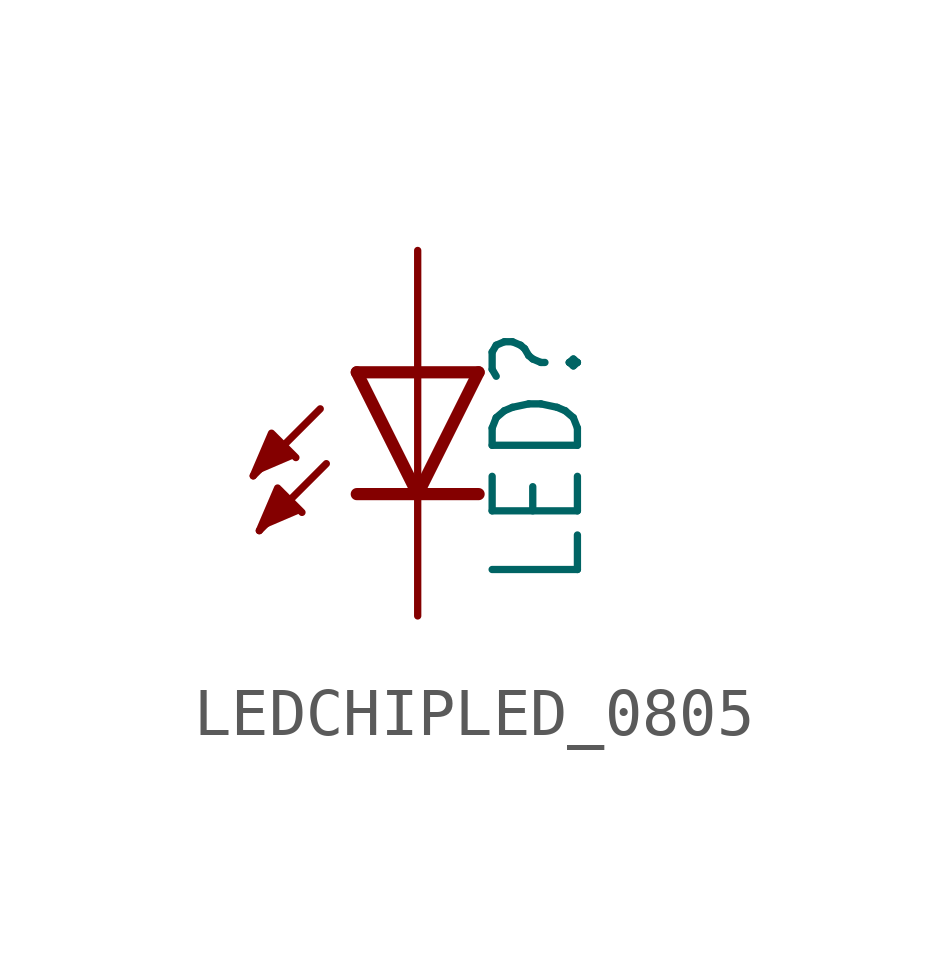
<source format=kicad_sym>
(kicad_symbol_lib
  (version 20231120)
  (generator "kicad_symbol_editor")
  (generator_version "8.0")
  (symbol "LEDCHIPLED_0805"
    (property "Reference" "LED"
      (at 3.556 -4.572 90)
      (effects (font (size 1.778 1.511)) (justify left bottom)))
    (property "Value" ""
      (at 5.715 -4.572 90)
      (effects (font (size 1.778 1.511)) (justify left bottom)))
    (property "ki_locked" ""
      (at 0 0 0)
      (effects (font (size 1.27 1.27))))
    (symbol "LEDCHIPLED_0805_1_0"
      (polyline (pts (xy -2.032 -0.762) (xy -3.429 -2.159)) (stroke (width 0.152) (type solid)) (fill (type none)))
      (polyline (pts (xy -1.905 -1.905) (xy -3.302 -3.302)) (stroke (width 0.152) (type solid)) (fill (type none)))
      (polyline (pts (xy 0 -2.54) (xy -1.27 -2.54)) (stroke (width 0.254) (type solid)) (fill (type none)))
      (polyline (pts (xy 0 -2.54) (xy -1.27 0)) (stroke (width 0.254) (type solid)) (fill (type none)))
      (polyline (pts (xy 0 0) (xy -1.27 0)) (stroke (width 0.254) (type solid)) (fill (type none)))
      (polyline (pts (xy 0 0) (xy 0 -2.54)) (stroke (width 0.152) (type solid)) (fill (type none)))
      (polyline (pts (xy 1.27 -2.54) (xy 0 -2.54)) (stroke (width 0.254) (type solid)) (fill (type none)))
      (polyline (pts (xy 1.27 0) (xy 0 -2.54)) (stroke (width 0.254) (type solid)) (fill (type none)))
      (polyline (pts (xy 1.27 0) (xy 0 0)) (stroke (width 0.254) (type solid)) (fill (type none)))
      (polyline (pts (xy -3.429 -2.159) (xy -3.048 -1.27) (xy -2.54 -1.778)) (stroke (width 0.152) (type solid)) (fill (type outline)))
      (polyline (pts (xy -3.302 -3.302) (xy -2.921 -2.413) (xy -2.413 -2.921)) (stroke (width 0.152) (type solid)) (fill (type outline)))
      (pin passive line (at 0 -5.08 90) (length 2.54) (name "C" (effects (font (size 0 0)))) (number "1" (effects (font (size 0 0)))))
      (pin passive line (at 0 2.54 270) (length 2.54) (name "A" (effects (font (size 0 0)))) (number "2" (effects (font (size 0 0))))))))
</source>
